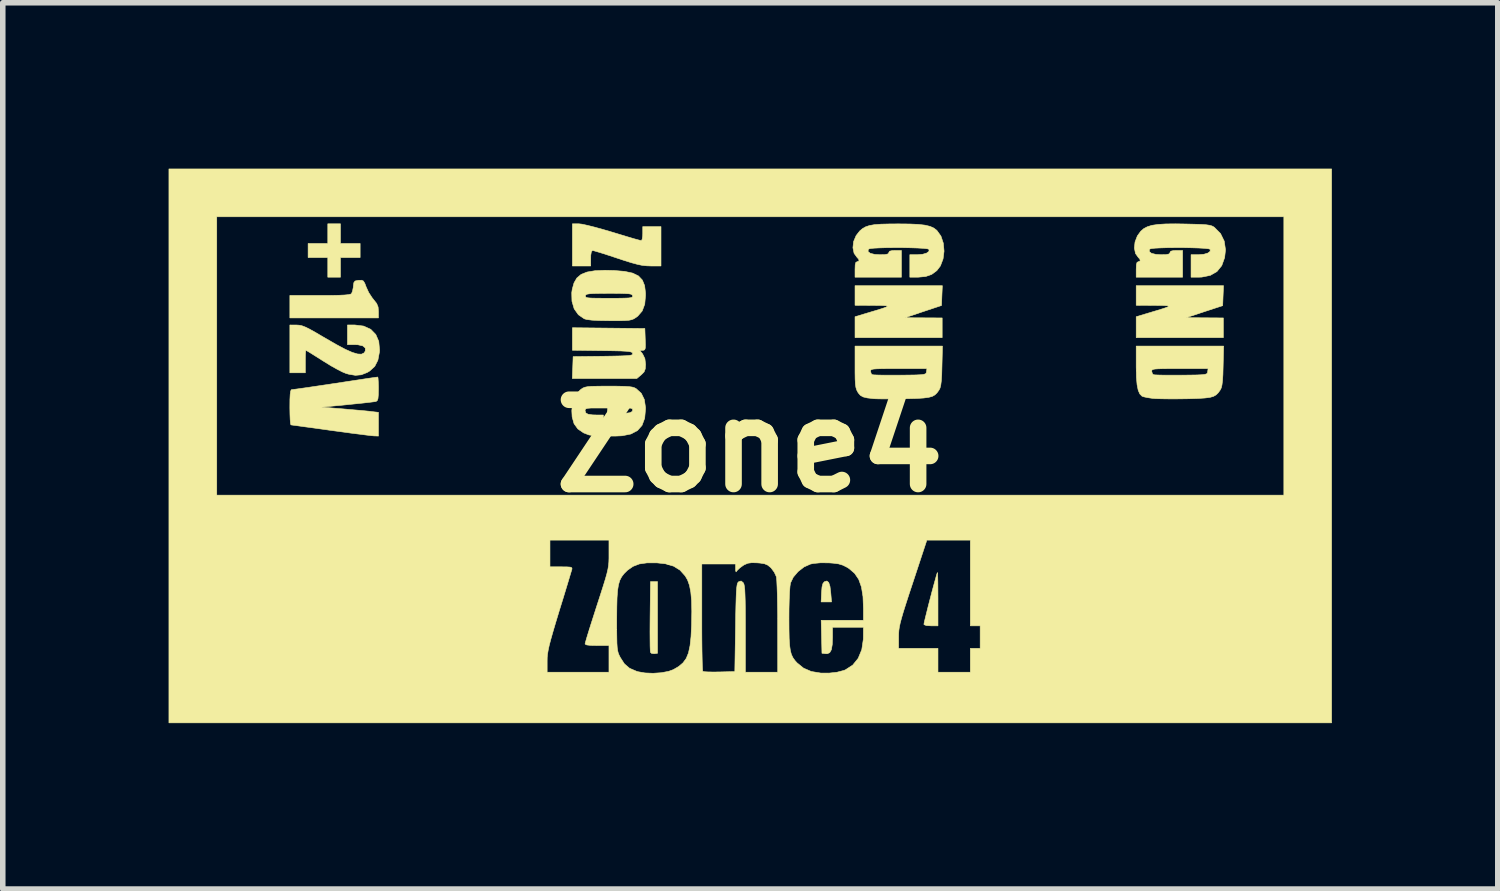
<source format=kicad_pcb>
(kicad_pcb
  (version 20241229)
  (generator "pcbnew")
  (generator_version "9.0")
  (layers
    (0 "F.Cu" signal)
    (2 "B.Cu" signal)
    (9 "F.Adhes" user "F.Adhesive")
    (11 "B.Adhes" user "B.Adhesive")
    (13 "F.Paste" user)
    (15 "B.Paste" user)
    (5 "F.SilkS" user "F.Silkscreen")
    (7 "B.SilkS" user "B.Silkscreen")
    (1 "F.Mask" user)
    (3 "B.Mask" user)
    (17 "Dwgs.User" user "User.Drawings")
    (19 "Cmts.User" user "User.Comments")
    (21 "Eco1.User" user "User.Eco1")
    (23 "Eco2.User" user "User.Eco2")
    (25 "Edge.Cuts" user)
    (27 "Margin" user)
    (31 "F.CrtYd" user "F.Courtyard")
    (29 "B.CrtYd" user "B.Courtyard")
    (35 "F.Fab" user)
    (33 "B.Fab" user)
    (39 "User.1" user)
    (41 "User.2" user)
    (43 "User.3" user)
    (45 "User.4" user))
  (footprint "Zone4"
    (layer "F.Cu")
    (at 10.506 5.014)
    (property "Reference" "Zone4" (at 0 0 0) (layer "F.SilkS") (effects (font (size 1.524 1.524) (thickness 0.3))))
    (attr through_hole)
    (fp_poly (pts (xy 1.431 2.47) (xy 1.454 2.54) (xy 1.468 2.655) (xy 1.482 2.822) (xy 1.294 2.822) (xy 1.302 2.653) (xy 1.31 2.551) (xy 1.326 2.49) (xy 1.352 2.457) (xy 1.353 2.457) (xy 1.398 2.443) (xy 1.431 2.47)) (stroke (width 0.01) (type solid)) (fill yes) (layer "F.SilkS"))
    (fp_poly (pts (xy -7.399 -3.661) (xy -7.043 -3.661) (xy -7.043 -3.407) (xy -7.399 -3.407) (xy -7.399 -3.051) (xy -7.628 -3.051) (xy -7.628 -3.407) (xy -7.984 -3.407) (xy -7.984 -3.661) (xy -7.628 -3.661) (xy -7.628 -4.017) (xy -7.399 -4.017) (xy -7.399 -3.661)) (stroke (width 0.01) (type solid)) (fill yes) (layer "F.SilkS"))
    (fp_poly (pts (xy -1.665 3.75) (xy -1.723 3.758) (xy -1.773 3.752) (xy -1.793 3.732) (xy -1.796 3.698) (xy -1.799 3.621) (xy -1.8 3.507) (xy -1.801 3.365) (xy -1.8 3.202) (xy -1.799 3.076) (xy -1.792 2.454) (xy -1.665 2.454) (xy -1.665 3.75)) (stroke (width 0.01) (type solid)) (fill yes) (layer "F.SilkS"))
    (fp_poly (pts (xy 8.563 -2.717) (xy 8.556 -2.536) (xy 8.225 -2.428) (xy 7.895 -2.319) (xy 8.568 -2.314) (xy 8.568 -1.958) (xy 6.992 -1.958) (xy 6.992 -2.336) (xy 7.214 -2.403) (xy 7.375 -2.451) (xy 7.488 -2.486) (xy 7.556 -2.51) (xy 7.579 -2.526) (xy 7.56 -2.534) (xy 7.5 -2.539) (xy 7.4 -2.54) (xy 7.316 -2.541) (xy 6.992 -2.543) (xy 6.992 -2.898) (xy 8.571 -2.898) (xy 8.563 -2.717)) (stroke (width 0.01) (type solid)) (fill yes) (layer "F.SilkS"))
    (fp_poly (pts (xy 3.478 -2.719) (xy 3.471 -2.539) (xy 3.14 -2.429) (xy 2.81 -2.318) (xy 3.146 -2.316) (xy 3.483 -2.314) (xy 3.483 -1.958) (xy 1.907 -1.958) (xy 1.907 -2.336) (xy 2.129 -2.403) (xy 2.29 -2.451) (xy 2.403 -2.486) (xy 2.47 -2.51) (xy 2.494 -2.526) (xy 2.475 -2.534) (xy 2.415 -2.539) (xy 2.315 -2.54) (xy 2.231 -2.541) (xy 1.907 -2.543) (xy 1.907 -2.898) (xy 3.486 -2.898) (xy 3.478 -2.719)) (stroke (width 0.01) (type solid)) (fill yes) (layer "F.SilkS"))
    (fp_poly (pts (xy 3.4 2.311) (xy 3.403 2.375) (xy 3.405 2.475) (xy 3.406 2.603) (xy 3.407 2.752) (xy 3.407 2.767) (xy 3.407 3.254) (xy 3.28 3.254) (xy 3.197 3.249) (xy 3.156 3.233) (xy 3.153 3.225) (xy 3.159 3.191) (xy 3.176 3.119) (xy 3.201 3.018) (xy 3.231 2.897) (xy 3.265 2.766) (xy 3.299 2.635) (xy 3.332 2.513) (xy 3.361 2.409) (xy 3.382 2.332) (xy 3.395 2.293) (xy 3.397 2.29) (xy 3.4 2.311)) (stroke (width 0.01) (type solid)) (fill yes) (layer "F.SilkS"))
    (fp_poly (pts (xy -6.984 -2.982) (xy -6.959 -2.941) (xy -6.933 -2.872) (xy -6.888 -2.774) (xy -6.826 -2.679) (xy -6.8 -2.646) (xy -6.744 -2.575) (xy -6.718 -2.511) (xy -6.712 -2.431) (xy -6.712 -2.314) (xy -8.314 -2.314) (xy -8.314 -2.721) (xy -7.771 -2.721) (xy -7.576 -2.721) (xy -7.428 -2.724) (xy -7.321 -2.729) (xy -7.25 -2.736) (xy -7.211 -2.746) (xy -7.2 -2.753) (xy -7.181 -2.798) (xy -7.167 -2.868) (xy -7.166 -2.886) (xy -7.157 -2.952) (xy -7.135 -2.982) (xy -7.086 -2.993) (xy -7.068 -2.995) (xy -7.016 -2.996) (xy -6.984 -2.982)) (stroke (width 0.01) (type solid)) (fill yes) (layer "F.SilkS"))
    (fp_poly (pts (xy -3.031 -4.01) (xy -2.93 -3.988) (xy -2.798 -3.955) (xy -2.643 -3.912) (xy -2.483 -3.865) (xy -2.331 -3.819) (xy -2.196 -3.778) (xy -2.084 -3.745) (xy -2.003 -3.723) (xy -1.962 -3.713) (xy -1.959 -3.712) (xy -1.943 -3.735) (xy -1.934 -3.794) (xy -1.932 -3.839) (xy -1.932 -3.966) (xy -1.602 -3.966) (xy -1.602 -3.254) (xy -1.787 -3.254) (xy -1.865 -3.257) (xy -1.941 -3.265) (xy -2.027 -3.283) (xy -2.131 -3.311) (xy -2.266 -3.353) (xy -2.39 -3.394) (xy -2.529 -3.44) (xy -2.652 -3.48) (xy -2.751 -3.51) (xy -2.817 -3.529) (xy -2.84 -3.534) (xy -2.861 -3.514) (xy -2.872 -3.449) (xy -2.873 -3.394) (xy -2.873 -3.254) (xy -3.204 -3.254) (xy -3.204 -4.017) (xy -3.092 -4.017) (xy -3.031 -4.01)) (stroke (width 0.01) (type solid)) (fill yes) (layer "F.SilkS"))
    (fp_poly (pts (xy -2.549 -2.13) (xy -1.894 -2.123) (xy -1.887 -1.926) (xy -1.884 -1.827) (xy -1.886 -1.768) (xy -1.897 -1.739) (xy -1.917 -1.73) (xy -1.933 -1.729) (xy -1.987 -1.729) (xy -1.934 -1.662) (xy -1.893 -1.578) (xy -1.881 -1.474) (xy -1.887 -1.392) (xy -1.908 -1.338) (xy -1.956 -1.289) (xy -1.96 -1.286) (xy -2.038 -1.22) (xy -3.206 -1.22) (xy -3.198 -1.417) (xy -3.191 -1.615) (xy -2.649 -1.621) (xy -2.469 -1.624) (xy -2.334 -1.627) (xy -2.238 -1.631) (xy -2.174 -1.636) (xy -2.136 -1.643) (xy -2.118 -1.654) (xy -2.115 -1.667) (xy -2.115 -1.672) (xy -2.122 -1.687) (xy -2.141 -1.698) (xy -2.177 -1.706) (xy -2.238 -1.712) (xy -2.329 -1.717) (xy -2.457 -1.72) (xy -2.629 -1.723) (xy -2.664 -1.723) (xy -3.204 -1.73) (xy -3.204 -2.137) (xy -2.549 -2.13)) (stroke (width 0.01) (type solid)) (fill yes) (layer "F.SilkS"))
    (fp_poly (pts (xy -6.98 -2.167) (xy -6.852 -2.109) (xy -6.76 -2.015) (xy -6.706 -1.89) (xy -6.692 -1.734) (xy -6.694 -1.699) (xy -6.722 -1.55) (xy -6.779 -1.438) (xy -6.87 -1.355) (xy -6.915 -1.328) (xy -7.022 -1.286) (xy -7.127 -1.276) (xy -7.247 -1.296) (xy -7.3 -1.311) (xy -7.365 -1.338) (xy -7.46 -1.387) (xy -7.574 -1.451) (xy -7.694 -1.525) (xy -7.715 -1.538) (xy -7.824 -1.607) (xy -7.916 -1.665) (xy -7.984 -1.707) (xy -8.021 -1.727) (xy -8.024 -1.729) (xy -8.029 -1.706) (xy -8.033 -1.643) (xy -8.034 -1.554) (xy -8.034 -1.526) (xy -8.034 -1.322) (xy -8.314 -1.322) (xy -8.314 -2.187) (xy -8.193 -2.186) (xy -8.145 -2.183) (xy -8.096 -2.173) (xy -8.038 -2.151) (xy -7.963 -2.115) (xy -7.864 -2.06) (xy -7.733 -1.983) (xy -7.674 -1.949) (xy -7.475 -1.834) (xy -7.314 -1.748) (xy -7.186 -1.691) (xy -7.088 -1.662) (xy -7.018 -1.659) (xy -6.972 -1.682) (xy -6.95 -1.716) (xy -6.95 -1.771) (xy -6.995 -1.809) (xy -7.083 -1.829) (xy -7.135 -1.831) (xy -7.272 -1.831) (xy -7.272 -2.187) (xy -7.14 -2.187) (xy -6.98 -2.167)) (stroke (width 0.01) (type solid)) (fill yes) (layer "F.SilkS"))
    (fp_poly (pts (xy 8.564 -1.442) (xy 8.56 -1.289) (xy 8.553 -1.179) (xy 8.543 -1.101) (xy 8.53 -1.048) (xy 8.511 -1.01) (xy 8.511 -1.01) (xy 8.475 -0.96) (xy 8.437 -0.923) (xy 8.39 -0.896) (xy 8.324 -0.877) (xy 8.233 -0.866) (xy 8.109 -0.858) (xy 7.944 -0.853) (xy 7.89 -0.852) (xy 7.731 -0.85) (xy 7.577 -0.85) (xy 7.441 -0.852) (xy 7.335 -0.856) (xy 7.284 -0.86) (xy 7.197 -0.873) (xy 7.127 -0.888) (xy 7.097 -0.899) (xy 7.057 -0.94) (xy 7.028 -1.006) (xy 7.008 -1.105) (xy 6.996 -1.241) (xy 6.994 -1.35) (xy 7.272 -1.35) (xy 7.286 -1.303) (xy 7.303 -1.288) (xy 7.338 -1.284) (xy 7.415 -1.281) (xy 7.525 -1.279) (xy 7.66 -1.279) (xy 7.806 -1.279) (xy 7.971 -1.281) (xy 8.092 -1.283) (xy 8.176 -1.287) (xy 8.231 -1.293) (xy 8.262 -1.302) (xy 8.277 -1.315) (xy 8.283 -1.333) (xy 8.284 -1.341) (xy 8.292 -1.398) (xy 7.782 -1.398) (xy 7.609 -1.398) (xy 7.48 -1.397) (xy 7.389 -1.394) (xy 7.329 -1.39) (xy 7.294 -1.382) (xy 7.277 -1.371) (xy 7.272 -1.356) (xy 7.272 -1.35) (xy 6.994 -1.35) (xy 6.992 -1.421) (xy 6.992 -1.448) (xy 6.992 -1.805) (xy 8.573 -1.805) (xy 8.564 -1.442)) (stroke (width 0.01) (type solid)) (fill yes) (layer "F.SilkS"))
    (fp_poly (pts (xy 3.479 -1.442) (xy 3.475 -1.289) (xy 3.468 -1.179) (xy 3.458 -1.101) (xy 3.445 -1.048) (xy 3.426 -1.01) (xy 3.426 -1.01) (xy 3.39 -0.96) (xy 3.352 -0.923) (xy 3.305 -0.896) (xy 3.239 -0.878) (xy 3.148 -0.866) (xy 3.024 -0.858) (xy 2.859 -0.854) (xy 2.805 -0.853) (xy 2.649 -0.851) (xy 2.503 -0.85) (xy 2.377 -0.85) (xy 2.282 -0.852) (xy 2.237 -0.855) (xy 2.126 -0.868) (xy 2.053 -0.886) (xy 2.004 -0.914) (xy 1.966 -0.958) (xy 1.957 -0.973) (xy 1.937 -1.011) (xy 1.923 -1.057) (xy 1.914 -1.118) (xy 1.909 -1.205) (xy 1.907 -1.327) (xy 1.907 -1.35) (xy 2.187 -1.35) (xy 2.201 -1.303) (xy 2.218 -1.288) (xy 2.253 -1.284) (xy 2.33 -1.281) (xy 2.44 -1.279) (xy 2.575 -1.279) (xy 2.721 -1.279) (xy 2.886 -1.281) (xy 3.007 -1.283) (xy 3.091 -1.287) (xy 3.146 -1.293) (xy 3.177 -1.302) (xy 3.192 -1.315) (xy 3.198 -1.333) (xy 3.199 -1.341) (xy 3.207 -1.398) (xy 2.697 -1.398) (xy 2.524 -1.398) (xy 2.395 -1.397) (xy 2.304 -1.394) (xy 2.244 -1.39) (xy 2.209 -1.382) (xy 2.192 -1.371) (xy 2.187 -1.356) (xy 2.187 -1.35) (xy 1.907 -1.35) (xy 1.907 -1.43) (xy 1.907 -1.805) (xy 3.488 -1.805) (xy 3.479 -1.442)) (stroke (width 0.01) (type solid)) (fill yes) (layer "F.SilkS"))
    (fp_poly (pts (xy -6.719 -1.222) (xy -6.715 -1.16) (xy -6.712 -1.07) (xy -6.712 -1.031) (xy -6.714 -0.924) (xy -6.72 -0.858) (xy -6.732 -0.822) (xy -6.752 -0.806) (xy -6.757 -0.804) (xy -6.795 -0.798) (xy -6.876 -0.788) (xy -6.989 -0.775) (xy -7.126 -0.761) (xy -7.272 -0.746) (xy -7.742 -0.701) (xy -7.361 -0.67) (xy -7.214 -0.657) (xy -7.074 -0.645) (xy -6.953 -0.634) (xy -6.865 -0.625) (xy -6.846 -0.622) (xy -6.712 -0.607) (xy -6.712 -0.178) (xy -6.795 -0.181) (xy -6.841 -0.185) (xy -6.931 -0.196) (xy -7.056 -0.212) (xy -7.209 -0.231) (xy -7.382 -0.255) (xy -7.569 -0.28) (xy -7.577 -0.281) (xy -7.76 -0.307) (xy -7.926 -0.33) (xy -8.07 -0.349) (xy -8.183 -0.365) (xy -8.26 -0.375) (xy -8.294 -0.38) (xy -8.295 -0.38) (xy -8.302 -0.404) (xy -8.308 -0.47) (xy -8.312 -0.567) (xy -8.314 -0.686) (xy -8.314 -0.699) (xy -8.313 -0.839) (xy -8.308 -0.934) (xy -8.3 -0.99) (xy -8.288 -1.015) (xy -8.281 -1.017) (xy -8.249 -1.021) (xy -8.173 -1.031) (xy -8.059 -1.047) (xy -7.915 -1.068) (xy -7.746 -1.093) (xy -7.559 -1.121) (xy -7.492 -1.131) (xy -7.302 -1.16) (xy -7.129 -1.186) (xy -6.979 -1.209) (xy -6.858 -1.227) (xy -6.772 -1.239) (xy -6.728 -1.245) (xy -6.724 -1.246) (xy -6.719 -1.222)) (stroke (width 0.01) (type solid)) (fill yes) (layer "F.SilkS"))
    (fp_poly (pts (xy -2.449 -3.172) (xy -2.26 -3.156) (xy -2.115 -3.125) (xy -2.01 -3.074) (xy -1.939 -2.999) (xy -1.898 -2.898) (xy -1.882 -2.764) (xy -1.882 -2.721) (xy -1.896 -2.563) (xy -1.942 -2.44) (xy -2.022 -2.347) (xy -2.057 -2.321) (xy -2.094 -2.298) (xy -2.132 -2.283) (xy -2.182 -2.272) (xy -2.253 -2.267) (xy -2.353 -2.264) (xy -2.494 -2.264) (xy -2.527 -2.264) (xy -2.713 -2.267) (xy -2.852 -2.274) (xy -2.946 -2.286) (xy -2.99 -2.299) (xy -3.096 -2.372) (xy -3.172 -2.479) (xy -3.212 -2.615) (xy -3.215 -2.714) (xy -2.97 -2.714) (xy -2.97 -2.698) (xy -2.956 -2.686) (xy -2.924 -2.678) (xy -2.865 -2.673) (xy -2.773 -2.671) (xy -2.641 -2.67) (xy -2.543 -2.67) (xy -2.384 -2.67) (xy -2.269 -2.672) (xy -2.192 -2.675) (xy -2.145 -2.681) (xy -2.121 -2.691) (xy -2.114 -2.704) (xy -2.115 -2.714) (xy -2.123 -2.731) (xy -2.142 -2.743) (xy -2.181 -2.751) (xy -2.247 -2.755) (xy -2.347 -2.758) (xy -2.489 -2.759) (xy -2.543 -2.759) (xy -2.698 -2.758) (xy -2.81 -2.756) (xy -2.886 -2.752) (xy -2.933 -2.745) (xy -2.958 -2.735) (xy -2.969 -2.72) (xy -2.97 -2.714) (xy -3.215 -2.714) (xy -3.216 -2.772) (xy -3.207 -2.834) (xy -3.175 -2.948) (xy -3.124 -3.036) (xy -3.047 -3.101) (xy -2.94 -3.144) (xy -2.797 -3.168) (xy -2.615 -3.176) (xy -2.449 -3.172)) (stroke (width 0.01) (type solid)) (fill yes) (layer "F.SilkS"))
    (fp_poly (pts (xy -2.385 -1.08) (xy -2.266 -1.077) (xy -2.181 -1.072) (xy -2.123 -1.064) (xy -2.081 -1.051) (xy -2.051 -1.035) (xy -1.958 -0.95) (xy -1.903 -0.838) (xy -1.882 -0.693) (xy -1.882 -0.667) (xy -1.897 -0.501) (xy -1.945 -0.371) (xy -2.028 -0.277) (xy -2.147 -0.215) (xy -2.306 -0.183) (xy -2.422 -0.178) (xy -2.568 -0.178) (xy -2.568 -0.634) (xy -2.365 -0.634) (xy -2.359 -0.603) (xy -2.333 -0.589) (xy -2.274 -0.588) (xy -2.244 -0.59) (xy -2.165 -0.6) (xy -2.125 -0.621) (xy -2.115 -0.642) (xy -2.118 -0.669) (xy -2.146 -0.682) (xy -2.21 -0.686) (xy -2.236 -0.686) (xy -2.312 -0.684) (xy -2.351 -0.673) (xy -2.364 -0.649) (xy -2.365 -0.634) (xy -2.568 -0.634) (xy -2.568 -0.686) (xy -2.771 -0.686) (xy -2.873 -0.685) (xy -2.934 -0.68) (xy -2.964 -0.669) (xy -2.974 -0.649) (xy -2.975 -0.638) (xy -2.963 -0.597) (xy -2.921 -0.573) (xy -2.842 -0.561) (xy -2.769 -0.559) (xy -2.644 -0.559) (xy -2.644 -0.178) (xy -2.766 -0.178) (xy -2.905 -0.198) (xy -3.001 -0.235) (xy -3.106 -0.307) (xy -3.174 -0.401) (xy -3.209 -0.523) (xy -3.215 -0.637) (xy -3.199 -0.791) (xy -3.151 -0.912) (xy -3.067 -1.008) (xy -3.043 -1.027) (xy -3.013 -1.047) (xy -2.978 -1.061) (xy -2.93 -1.071) (xy -2.861 -1.077) (xy -2.763 -1.079) (xy -2.625 -1.081) (xy -2.546 -1.081) (xy -2.385 -1.08)) (stroke (width 0.01) (type solid)) (fill yes) (layer "F.SilkS"))
    (fp_poly (pts (xy 7.885 -4.013) (xy 8.049 -4.009) (xy 8.171 -4.005) (xy 8.258 -3.999) (xy 8.319 -3.99) (xy 8.361 -3.978) (xy 8.392 -3.962) (xy 8.406 -3.952) (xy 8.517 -3.84) (xy 8.584 -3.703) (xy 8.607 -3.546) (xy 8.591 -3.405) (xy 8.539 -3.26) (xy 8.452 -3.153) (xy 8.332 -3.084) (xy 8.178 -3.053) (xy 8.124 -3.051) (xy 7.984 -3.051) (xy 7.984 -3.458) (xy 8.119 -3.458) (xy 8.216 -3.466) (xy 8.289 -3.488) (xy 8.33 -3.52) (xy 8.329 -3.556) (xy 8.299 -3.565) (xy 8.227 -3.573) (xy 8.122 -3.579) (xy 7.995 -3.583) (xy 7.854 -3.586) (xy 7.708 -3.586) (xy 7.567 -3.585) (xy 7.439 -3.581) (xy 7.335 -3.576) (xy 7.263 -3.568) (xy 7.233 -3.558) (xy 7.228 -3.515) (xy 7.268 -3.483) (xy 7.35 -3.463) (xy 7.44 -3.458) (xy 7.532 -3.46) (xy 7.582 -3.47) (xy 7.601 -3.488) (xy 7.602 -3.496) (xy 7.617 -3.521) (xy 7.668 -3.533) (xy 7.717 -3.534) (xy 7.831 -3.534) (xy 7.831 -3.051) (xy 6.992 -3.051) (xy 6.992 -3.191) (xy 6.995 -3.275) (xy 7.007 -3.319) (xy 7.03 -3.331) (xy 7.064 -3.344) (xy 7.058 -3.378) (xy 7.031 -3.407) (xy 6.979 -3.48) (xy 6.959 -3.579) (xy 6.971 -3.689) (xy 7.013 -3.798) (xy 7.075 -3.883) (xy 7.128 -3.929) (xy 7.193 -3.963) (xy 7.276 -3.989) (xy 7.385 -4.005) (xy 7.526 -4.014) (xy 7.705 -4.016) (xy 7.885 -4.013)) (stroke (width 0.01) (type solid)) (fill yes) (layer "F.SilkS"))
    (fp_poly (pts (xy 2.895 -4.013) (xy 3.052 -4.006) (xy 3.173 -3.992) (xy 3.264 -3.97) (xy 3.333 -3.939) (xy 3.387 -3.897) (xy 3.387 -3.897) (xy 3.461 -3.794) (xy 3.504 -3.665) (xy 3.517 -3.522) (xy 3.499 -3.381) (xy 3.451 -3.255) (xy 3.387 -3.171) (xy 3.294 -3.102) (xy 3.186 -3.064) (xy 3.048 -3.051) (xy 3.037 -3.051) (xy 2.898 -3.051) (xy 2.898 -3.458) (xy 3.033 -3.458) (xy 3.131 -3.466) (xy 3.204 -3.488) (xy 3.245 -3.52) (xy 3.244 -3.556) (xy 3.214 -3.565) (xy 3.142 -3.573) (xy 3.037 -3.579) (xy 2.91 -3.583) (xy 2.769 -3.586) (xy 2.623 -3.586) (xy 2.482 -3.585) (xy 2.354 -3.581) (xy 2.25 -3.576) (xy 2.178 -3.568) (xy 2.148 -3.558) (xy 2.142 -3.515) (xy 2.183 -3.483) (xy 2.264 -3.463) (xy 2.355 -3.458) (xy 2.447 -3.46) (xy 2.497 -3.47) (xy 2.516 -3.488) (xy 2.517 -3.496) (xy 2.532 -3.521) (xy 2.583 -3.533) (xy 2.632 -3.534) (xy 2.746 -3.534) (xy 2.746 -3.051) (xy 1.907 -3.051) (xy 1.907 -3.191) (xy 1.91 -3.275) (xy 1.922 -3.319) (xy 1.945 -3.331) (xy 1.979 -3.344) (xy 1.973 -3.378) (xy 1.946 -3.406) (xy 1.89 -3.483) (xy 1.869 -3.584) (xy 1.881 -3.695) (xy 1.927 -3.804) (xy 1.993 -3.888) (xy 2.043 -3.93) (xy 2.099 -3.962) (xy 2.168 -3.985) (xy 2.258 -4.001) (xy 2.377 -4.01) (xy 2.533 -4.014) (xy 2.695 -4.015) (xy 2.895 -4.013)) (stroke (width 0.01) (type solid)) (fill yes) (layer "F.SilkS"))
    (fp_poly (pts (xy 10.526 5.009) (xy -10.501 5.009) (xy -10.501 3.897) (xy -3.661 3.897) (xy -3.661 4.093) (xy -2.543 4.093) (xy -2.543 3.61) (xy -2.759 3.61) (xy -2.874 3.608) (xy -2.944 3.6) (xy -2.973 3.585) (xy -2.975 3.579) (xy -2.967 3.547) (xy -2.946 3.474) (xy -2.913 3.366) (xy -2.87 3.228) (xy -2.842 3.141) (xy -2.403 3.141) (xy -2.403 3.324) (xy -2.401 3.464) (xy -2.399 3.568) (xy -2.394 3.645) (xy -2.386 3.702) (xy -2.375 3.746) (xy -2.359 3.785) (xy -2.339 3.825) (xy -2.264 3.941) (xy -2.171 4.021) (xy -2.046 4.075) (xy -2.017 4.084) (xy -1.891 4.106) (xy -1.745 4.112) (xy -1.596 4.102) (xy -1.464 4.077) (xy -1.379 4.046) (xy -1.28 3.988) (xy -1.204 3.923) (xy -1.146 3.844) (xy -1.105 3.744) (xy -1.077 3.614) (xy -1.059 3.449) (xy -1.049 3.24) (xy -1.049 3.231) (xy -1.045 2.994) (xy -1.049 2.801) (xy -1.063 2.646) (xy -1.087 2.522) (xy -1.122 2.424) (xy -1.164 2.352) (xy -1.258 2.247) (xy -1.374 2.175) (xy -1.508 2.136) (xy -0.864 2.136) (xy -0.864 3.098) (xy -0.864 3.314) (xy -0.863 3.514) (xy -0.861 3.693) (xy -0.858 3.844) (xy -0.855 3.962) (xy -0.851 4.041) (xy -0.847 4.076) (xy -0.847 4.077) (xy -0.816 4.084) (xy -0.745 4.088) (xy -0.645 4.089) (xy -0.548 4.088) (xy -0.267 4.081) (xy -0.254 3.283) (xy -0.251 3.059) (xy -0.247 2.881) (xy -0.243 2.743) (xy -0.239 2.64) (xy -0.233 2.566) (xy -0.226 2.516) (xy -0.218 2.484) (xy -0.207 2.466) (xy -0.196 2.456) (xy -0.153 2.443) (xy -0.117 2.472) (xy -0.113 2.477) (xy -0.102 2.5) (xy -0.094 2.539) (xy -0.087 2.599) (xy -0.083 2.687) (xy -0.079 2.806) (xy -0.077 2.963) (xy -0.076 3.162) (xy -0.076 3.31) (xy -0.076 4.093) (xy 0.509 4.093) (xy 0.508 3.274) (xy 0.508 3.122) (xy 0.712 3.122) (xy 0.713 3.324) (xy 0.716 3.482) (xy 0.724 3.605) (xy 0.737 3.699) (xy 0.756 3.771) (xy 0.784 3.83) (xy 0.821 3.882) (xy 0.859 3.924) (xy 0.976 4.019) (xy 1.117 4.08) (xy 1.287 4.108) (xy 1.437 4.109) (xy 1.581 4.093) (xy 1.707 4.06) (xy 1.732 4.05) (xy 1.865 3.964) (xy 1.964 3.842) (xy 2.029 3.685) (xy 2.057 3.497) (xy 2.058 3.456) (xy 2.695 3.456) (xy 2.695 3.661) (xy 3.407 3.661) (xy 3.407 4.093) (xy 3.992 4.093) (xy 3.992 3.661) (xy 4.17 3.661) (xy 4.17 3.254) (xy 3.992 3.254) (xy 3.992 1.704) (xy 3.206 1.704) (xy 2.951 2.477) (xy 2.879 2.694) (xy 2.823 2.868) (xy 2.779 3.007) (xy 2.747 3.117) (xy 2.724 3.204) (xy 2.709 3.275) (xy 2.7 3.336) (xy 2.696 3.393) (xy 2.695 3.452) (xy 2.695 3.456) (xy 2.058 3.456) (xy 2.058 3.452) (xy 2.059 3.28) (xy 1.5 3.28) (xy 1.5 3.456) (xy 1.495 3.593) (xy 1.479 3.686) (xy 1.449 3.739) (xy 1.404 3.759) (xy 1.379 3.758) (xy 1.309 3.75) (xy 1.302 3.452) (xy 1.295 3.153) (xy 2.059 3.153) (xy 2.059 2.94) (xy 2.051 2.725) (xy 2.023 2.552) (xy 1.974 2.414) (xy 1.9 2.305) (xy 1.8 2.219) (xy 1.764 2.196) (xy 1.689 2.158) (xy 1.611 2.134) (xy 1.514 2.121) (xy 1.432 2.115) (xy 1.282 2.114) (xy 1.155 2.126) (xy 1.101 2.137) (xy 0.985 2.189) (xy 0.877 2.273) (xy 0.79 2.375) (xy 0.74 2.479) (xy 0.731 2.539) (xy 0.723 2.641) (xy 0.717 2.778) (xy 0.713 2.942) (xy 0.712 3.122) (xy 0.508 3.122) (xy 0.508 3.063) (xy 0.505 2.868) (xy 0.502 2.695) (xy 0.497 2.552) (xy 0.492 2.443) (xy 0.486 2.377) (xy 0.483 2.363) (xy 0.447 2.285) (xy 0.391 2.209) (xy 0.381 2.199) (xy 0.328 2.156) (xy 0.271 2.132) (xy 0.19 2.119) (xy 0.141 2.115) (xy 0.04 2.112) (xy -0.031 2.122) (xy -0.092 2.148) (xy -0.113 2.16) (xy -0.176 2.206) (xy -0.222 2.25) (xy -0.228 2.258) (xy -0.245 2.278) (xy -0.252 2.256) (xy -0.253 2.218) (xy -0.254 2.136) (xy -0.864 2.136) (xy -1.508 2.136) (xy -1.521 2.132) (xy -1.678 2.115) (xy -1.854 2.115) (xy -1.994 2.135) (xy -2.108 2.179) (xy -2.207 2.248) (xy -2.212 2.253) (xy -2.269 2.309) (xy -2.313 2.366) (xy -2.347 2.431) (xy -2.371 2.512) (xy -2.387 2.614) (xy -2.397 2.747) (xy -2.401 2.915) (xy -2.403 3.127) (xy -2.403 3.141) (xy -2.842 3.141) (xy -2.819 3.069) (xy -2.763 2.894) (xy -2.759 2.882) (xy -2.695 2.685) (xy -2.645 2.528) (xy -2.607 2.405) (xy -2.58 2.308) (xy -2.562 2.23) (xy -2.551 2.163) (xy -2.545 2.099) (xy -2.543 2.032) (xy -2.543 1.96) (xy -2.543 1.704) (xy -3.61 1.704) (xy -3.61 2.187) (xy -3.405 2.187) (xy -3.304 2.188) (xy -3.244 2.192) (xy -3.216 2.203) (xy -3.211 2.221) (xy -3.213 2.231) (xy -3.224 2.266) (xy -3.247 2.343) (xy -3.281 2.456) (xy -3.324 2.598) (xy -3.374 2.762) (xy -3.43 2.942) (xy -3.444 2.988) (xy -3.508 3.199) (xy -3.558 3.369) (xy -3.596 3.503) (xy -3.624 3.61) (xy -3.642 3.695) (xy -3.654 3.766) (xy -3.66 3.829) (xy -3.661 3.891) (xy -3.661 3.897) (xy -10.501 3.897) (xy -10.501 -4.144) (xy -9.636 -4.144) (xy -9.636 0.89) (xy 9.662 0.89) (xy 9.662 -4.144) (xy -9.636 -4.144) (xy -10.501 -4.144) (xy -10.501 -5.009) (xy 10.526 -5.009) (xy 10.526 5.009)) (stroke (width 0.01) (type solid)) (fill yes) (layer "F.SilkS")))
  (gr_rect
    (start -3 -3)
    (end 24.037 13.028)
    (stroke (width 0.1) (type default))
    (fill no)
    (layer "Edge.Cuts")))
</source>
